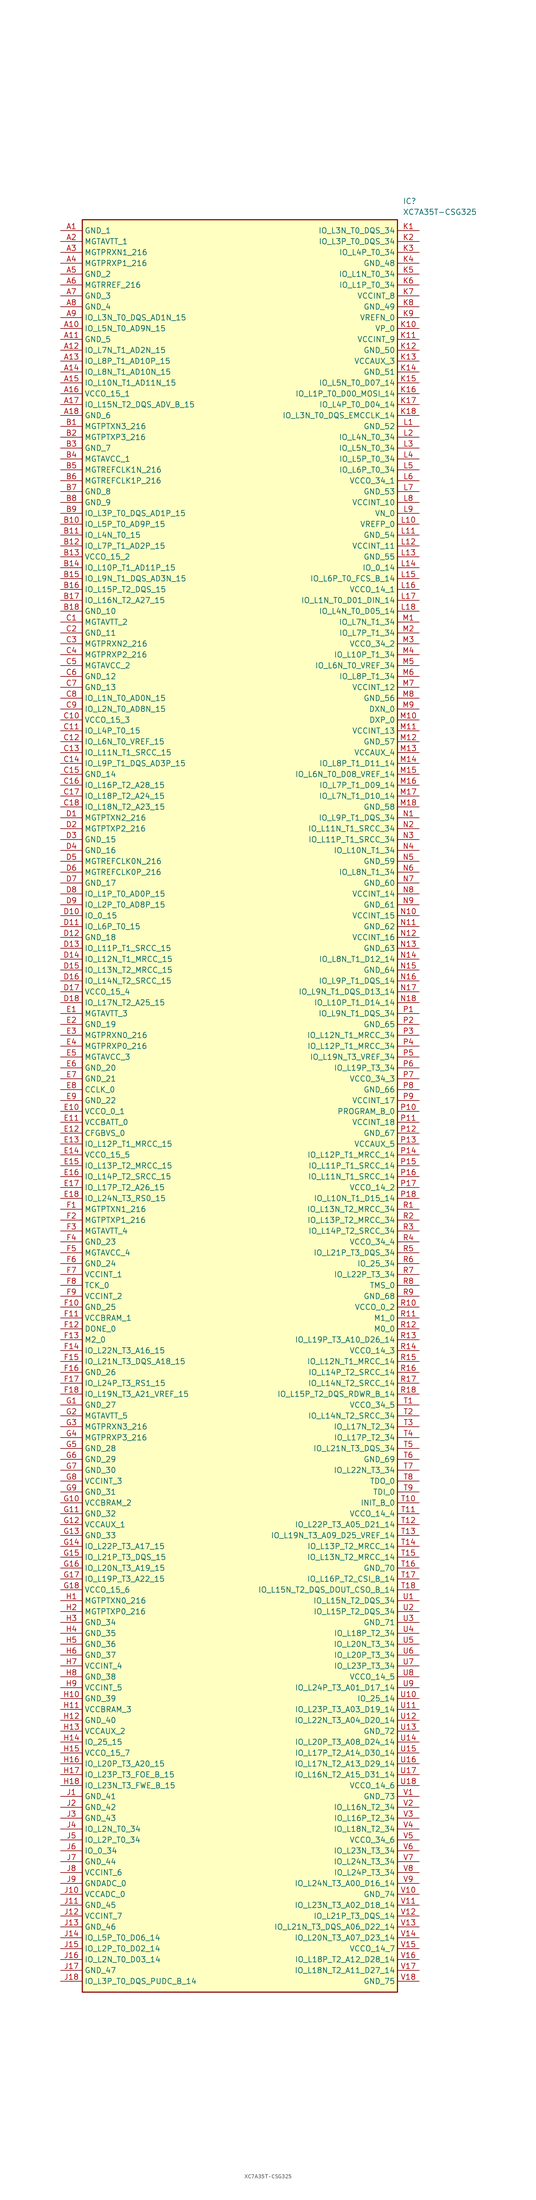
<source format=kicad_sym>
(kicad_symbol_lib
  (version 20211014)
  (generator SamacSys_ECAD_Model)
  (symbol "XC7A35T-CSG325"
    (property "Reference" "IC"
      (at 80.01 7.62 0)
      (effects (font (size 1.27 1.27)) (justify left top)))
    (property "Value" "XC7A35T-CSG325"
      (at 80.01 5.08 0)
      (effects (font (size 1.27 1.27)) (justify left top)))
    (rectangle
      (start 5.08 2.54)
      (end 78.74 -411.48)
      (stroke (width 0.254) (type default))
      (fill (type background)))
    (pin passive line
      (at 0 0 0)
      (length 5.08)
      (name "GND_1" (effects (font (size 1.27 1.27))))
      (number "A1" (effects (font (size 1.27 1.27)))))
    (pin passive line
      (at 0 -2.54 0)
      (length 5.08)
      (name "MGTAVTT_1" (effects (font (size 1.27 1.27))))
      (number "A2" (effects (font (size 1.27 1.27)))))
    (pin passive line
      (at 0 -5.08 0)
      (length 5.08)
      (name "MGTPRXN1_216" (effects (font (size 1.27 1.27))))
      (number "A3" (effects (font (size 1.27 1.27)))))
    (pin passive line
      (at 0 -7.62 0)
      (length 5.08)
      (name "MGTPRXP1_216" (effects (font (size 1.27 1.27))))
      (number "A4" (effects (font (size 1.27 1.27)))))
    (pin passive line
      (at 0 -10.16 0)
      (length 5.08)
      (name "GND_2" (effects (font (size 1.27 1.27))))
      (number "A5" (effects (font (size 1.27 1.27)))))
    (pin passive line
      (at 0 -12.7 0)
      (length 5.08)
      (name "MGTRREF_216" (effects (font (size 1.27 1.27))))
      (number "A6" (effects (font (size 1.27 1.27)))))
    (pin passive line
      (at 0 -15.24 0)
      (length 5.08)
      (name "GND_3" (effects (font (size 1.27 1.27))))
      (number "A7" (effects (font (size 1.27 1.27)))))
    (pin passive line
      (at 0 -17.78 0)
      (length 5.08)
      (name "GND_4" (effects (font (size 1.27 1.27))))
      (number "A8" (effects (font (size 1.27 1.27)))))
    (pin passive line
      (at 0 -20.32 0)
      (length 5.08)
      (name "IO_L3N_T0_DQS_AD1N_15" (effects (font (size 1.27 1.27))))
      (number "A9" (effects (font (size 1.27 1.27)))))
    (pin passive line
      (at 0 -22.86 0)
      (length 5.08)
      (name "IO_L5N_T0_AD9N_15" (effects (font (size 1.27 1.27))))
      (number "A10" (effects (font (size 1.27 1.27)))))
    (pin passive line
      (at 0 -25.4 0)
      (length 5.08)
      (name "GND_5" (effects (font (size 1.27 1.27))))
      (number "A11" (effects (font (size 1.27 1.27)))))
    (pin passive line
      (at 0 -27.94 0)
      (length 5.08)
      (name "IO_L7N_T1_AD2N_15" (effects (font (size 1.27 1.27))))
      (number "A12" (effects (font (size 1.27 1.27)))))
    (pin passive line
      (at 0 -30.48 0)
      (length 5.08)
      (name "IO_L8P_T1_AD10P_15" (effects (font (size 1.27 1.27))))
      (number "A13" (effects (font (size 1.27 1.27)))))
    (pin passive line
      (at 0 -33.02 0)
      (length 5.08)
      (name "IO_L8N_T1_AD10N_15" (effects (font (size 1.27 1.27))))
      (number "A14" (effects (font (size 1.27 1.27)))))
    (pin passive line
      (at 0 -35.56 0)
      (length 5.08)
      (name "IO_L10N_T1_AD11N_15" (effects (font (size 1.27 1.27))))
      (number "A15" (effects (font (size 1.27 1.27)))))
    (pin passive line
      (at 0 -38.1 0)
      (length 5.08)
      (name "VCCO_15_1" (effects (font (size 1.27 1.27))))
      (number "A16" (effects (font (size 1.27 1.27)))))
    (pin passive line
      (at 0 -40.64 0)
      (length 5.08)
      (name "IO_L15N_T2_DQS_ADV_B_15" (effects (font (size 1.27 1.27))))
      (number "A17" (effects (font (size 1.27 1.27)))))
    (pin passive line
      (at 0 -43.18 0)
      (length 5.08)
      (name "GND_6" (effects (font (size 1.27 1.27))))
      (number "A18" (effects (font (size 1.27 1.27)))))
    (pin passive line
      (at 0 -45.72 0)
      (length 5.08)
      (name "MGTPTXN3_216" (effects (font (size 1.27 1.27))))
      (number "B1" (effects (font (size 1.27 1.27)))))
    (pin passive line
      (at 0 -48.26 0)
      (length 5.08)
      (name "MGTPTXP3_216" (effects (font (size 1.27 1.27))))
      (number "B2" (effects (font (size 1.27 1.27)))))
    (pin passive line
      (at 0 -50.8 0)
      (length 5.08)
      (name "GND_7" (effects (font (size 1.27 1.27))))
      (number "B3" (effects (font (size 1.27 1.27)))))
    (pin passive line
      (at 0 -53.34 0)
      (length 5.08)
      (name "MGTAVCC_1" (effects (font (size 1.27 1.27))))
      (number "B4" (effects (font (size 1.27 1.27)))))
    (pin passive line
      (at 0 -55.88 0)
      (length 5.08)
      (name "MGTREFCLK1N_216" (effects (font (size 1.27 1.27))))
      (number "B5" (effects (font (size 1.27 1.27)))))
    (pin passive line
      (at 0 -58.42 0)
      (length 5.08)
      (name "MGTREFCLK1P_216" (effects (font (size 1.27 1.27))))
      (number "B6" (effects (font (size 1.27 1.27)))))
    (pin passive line
      (at 0 -60.96 0)
      (length 5.08)
      (name "GND_8" (effects (font (size 1.27 1.27))))
      (number "B7" (effects (font (size 1.27 1.27)))))
    (pin passive line
      (at 0 -63.5 0)
      (length 5.08)
      (name "GND_9" (effects (font (size 1.27 1.27))))
      (number "B8" (effects (font (size 1.27 1.27)))))
    (pin passive line
      (at 0 -66.04 0)
      (length 5.08)
      (name "IO_L3P_T0_DQS_AD1P_15" (effects (font (size 1.27 1.27))))
      (number "B9" (effects (font (size 1.27 1.27)))))
    (pin passive line
      (at 0 -68.58 0)
      (length 5.08)
      (name "IO_L5P_T0_AD9P_15" (effects (font (size 1.27 1.27))))
      (number "B10" (effects (font (size 1.27 1.27)))))
    (pin passive line
      (at 0 -71.12 0)
      (length 5.08)
      (name "IO_L4N_T0_15" (effects (font (size 1.27 1.27))))
      (number "B11" (effects (font (size 1.27 1.27)))))
    (pin passive line
      (at 0 -73.66 0)
      (length 5.08)
      (name "IO_L7P_T1_AD2P_15" (effects (font (size 1.27 1.27))))
      (number "B12" (effects (font (size 1.27 1.27)))))
    (pin passive line
      (at 0 -76.2 0)
      (length 5.08)
      (name "VCCO_15_2" (effects (font (size 1.27 1.27))))
      (number "B13" (effects (font (size 1.27 1.27)))))
    (pin passive line
      (at 0 -78.74 0)
      (length 5.08)
      (name "IO_L10P_T1_AD11P_15" (effects (font (size 1.27 1.27))))
      (number "B14" (effects (font (size 1.27 1.27)))))
    (pin passive line
      (at 0 -81.28 0)
      (length 5.08)
      (name "IO_L9N_T1_DQS_AD3N_15" (effects (font (size 1.27 1.27))))
      (number "B15" (effects (font (size 1.27 1.27)))))
    (pin passive line
      (at 0 -83.82 0)
      (length 5.08)
      (name "IO_L15P_T2_DQS_15" (effects (font (size 1.27 1.27))))
      (number "B16" (effects (font (size 1.27 1.27)))))
    (pin passive line
      (at 0 -86.36 0)
      (length 5.08)
      (name "IO_L16N_T2_A27_15" (effects (font (size 1.27 1.27))))
      (number "B17" (effects (font (size 1.27 1.27)))))
    (pin passive line
      (at 0 -88.9 0)
      (length 5.08)
      (name "GND_10" (effects (font (size 1.27 1.27))))
      (number "B18" (effects (font (size 1.27 1.27)))))
    (pin passive line
      (at 0 -91.44 0)
      (length 5.08)
      (name "MGTAVTT_2" (effects (font (size 1.27 1.27))))
      (number "C1" (effects (font (size 1.27 1.27)))))
    (pin passive line
      (at 0 -93.98 0)
      (length 5.08)
      (name "GND_11" (effects (font (size 1.27 1.27))))
      (number "C2" (effects (font (size 1.27 1.27)))))
    (pin passive line
      (at 0 -96.52 0)
      (length 5.08)
      (name "MGTPRXN2_216" (effects (font (size 1.27 1.27))))
      (number "C3" (effects (font (size 1.27 1.27)))))
    (pin passive line
      (at 0 -99.06 0)
      (length 5.08)
      (name "MGTPRXP2_216" (effects (font (size 1.27 1.27))))
      (number "C4" (effects (font (size 1.27 1.27)))))
    (pin passive line
      (at 0 -101.6 0)
      (length 5.08)
      (name "MGTAVCC_2" (effects (font (size 1.27 1.27))))
      (number "C5" (effects (font (size 1.27 1.27)))))
    (pin passive line
      (at 0 -104.14 0)
      (length 5.08)
      (name "GND_12" (effects (font (size 1.27 1.27))))
      (number "C6" (effects (font (size 1.27 1.27)))))
    (pin passive line
      (at 0 -106.68 0)
      (length 5.08)
      (name "GND_13" (effects (font (size 1.27 1.27))))
      (number "C7" (effects (font (size 1.27 1.27)))))
    (pin passive line
      (at 0 -109.22 0)
      (length 5.08)
      (name "IO_L1N_T0_AD0N_15" (effects (font (size 1.27 1.27))))
      (number "C8" (effects (font (size 1.27 1.27)))))
    (pin passive line
      (at 0 -111.76 0)
      (length 5.08)
      (name "IO_L2N_T0_AD8N_15" (effects (font (size 1.27 1.27))))
      (number "C9" (effects (font (size 1.27 1.27)))))
    (pin passive line
      (at 0 -114.3 0)
      (length 5.08)
      (name "VCCO_15_3" (effects (font (size 1.27 1.27))))
      (number "C10" (effects (font (size 1.27 1.27)))))
    (pin passive line
      (at 0 -116.84 0)
      (length 5.08)
      (name "IO_L4P_T0_15" (effects (font (size 1.27 1.27))))
      (number "C11" (effects (font (size 1.27 1.27)))))
    (pin passive line
      (at 0 -119.38 0)
      (length 5.08)
      (name "IO_L6N_T0_VREF_15" (effects (font (size 1.27 1.27))))
      (number "C12" (effects (font (size 1.27 1.27)))))
    (pin passive line
      (at 0 -121.92 0)
      (length 5.08)
      (name "IO_L11N_T1_SRCC_15" (effects (font (size 1.27 1.27))))
      (number "C13" (effects (font (size 1.27 1.27)))))
    (pin passive line
      (at 0 -124.46 0)
      (length 5.08)
      (name "IO_L9P_T1_DQS_AD3P_15" (effects (font (size 1.27 1.27))))
      (number "C14" (effects (font (size 1.27 1.27)))))
    (pin passive line
      (at 0 -127 0)
      (length 5.08)
      (name "GND_14" (effects (font (size 1.27 1.27))))
      (number "C15" (effects (font (size 1.27 1.27)))))
    (pin passive line
      (at 0 -129.54 0)
      (length 5.08)
      (name "IO_L16P_T2_A28_15" (effects (font (size 1.27 1.27))))
      (number "C16" (effects (font (size 1.27 1.27)))))
    (pin passive line
      (at 0 -132.08 0)
      (length 5.08)
      (name "IO_L18P_T2_A24_15" (effects (font (size 1.27 1.27))))
      (number "C17" (effects (font (size 1.27 1.27)))))
    (pin passive line
      (at 0 -134.62 0)
      (length 5.08)
      (name "IO_L18N_T2_A23_15" (effects (font (size 1.27 1.27))))
      (number "C18" (effects (font (size 1.27 1.27)))))
    (pin passive line
      (at 0 -137.16 0)
      (length 5.08)
      (name "MGTPTXN2_216" (effects (font (size 1.27 1.27))))
      (number "D1" (effects (font (size 1.27 1.27)))))
    (pin passive line
      (at 0 -139.7 0)
      (length 5.08)
      (name "MGTPTXP2_216" (effects (font (size 1.27 1.27))))
      (number "D2" (effects (font (size 1.27 1.27)))))
    (pin passive line
      (at 0 -142.24 0)
      (length 5.08)
      (name "GND_15" (effects (font (size 1.27 1.27))))
      (number "D3" (effects (font (size 1.27 1.27)))))
    (pin passive line
      (at 0 -144.78 0)
      (length 5.08)
      (name "GND_16" (effects (font (size 1.27 1.27))))
      (number "D4" (effects (font (size 1.27 1.27)))))
    (pin passive line
      (at 0 -147.32 0)
      (length 5.08)
      (name "MGTREFCLK0N_216" (effects (font (size 1.27 1.27))))
      (number "D5" (effects (font (size 1.27 1.27)))))
    (pin passive line
      (at 0 -149.86 0)
      (length 5.08)
      (name "MGTREFCLK0P_216" (effects (font (size 1.27 1.27))))
      (number "D6" (effects (font (size 1.27 1.27)))))
    (pin passive line
      (at 0 -152.4 0)
      (length 5.08)
      (name "GND_17" (effects (font (size 1.27 1.27))))
      (number "D7" (effects (font (size 1.27 1.27)))))
    (pin passive line
      (at 0 -154.94 0)
      (length 5.08)
      (name "IO_L1P_T0_AD0P_15" (effects (font (size 1.27 1.27))))
      (number "D8" (effects (font (size 1.27 1.27)))))
    (pin passive line
      (at 0 -157.48 0)
      (length 5.08)
      (name "IO_L2P_T0_AD8P_15" (effects (font (size 1.27 1.27))))
      (number "D9" (effects (font (size 1.27 1.27)))))
    (pin passive line
      (at 0 -160.02 0)
      (length 5.08)
      (name "IO_0_15" (effects (font (size 1.27 1.27))))
      (number "D10" (effects (font (size 1.27 1.27)))))
    (pin passive line
      (at 0 -162.56 0)
      (length 5.08)
      (name "IO_L6P_T0_15" (effects (font (size 1.27 1.27))))
      (number "D11" (effects (font (size 1.27 1.27)))))
    (pin passive line
      (at 0 -165.1 0)
      (length 5.08)
      (name "GND_18" (effects (font (size 1.27 1.27))))
      (number "D12" (effects (font (size 1.27 1.27)))))
    (pin passive line
      (at 0 -167.64 0)
      (length 5.08)
      (name "IO_L11P_T1_SRCC_15" (effects (font (size 1.27 1.27))))
      (number "D13" (effects (font (size 1.27 1.27)))))
    (pin passive line
      (at 0 -170.18 0)
      (length 5.08)
      (name "IO_L12N_T1_MRCC_15" (effects (font (size 1.27 1.27))))
      (number "D14" (effects (font (size 1.27 1.27)))))
    (pin passive line
      (at 0 -172.72 0)
      (length 5.08)
      (name "IO_L13N_T2_MRCC_15" (effects (font (size 1.27 1.27))))
      (number "D15" (effects (font (size 1.27 1.27)))))
    (pin passive line
      (at 0 -175.26 0)
      (length 5.08)
      (name "IO_L14N_T2_SRCC_15" (effects (font (size 1.27 1.27))))
      (number "D16" (effects (font (size 1.27 1.27)))))
    (pin passive line
      (at 0 -177.8 0)
      (length 5.08)
      (name "VCCO_15_4" (effects (font (size 1.27 1.27))))
      (number "D17" (effects (font (size 1.27 1.27)))))
    (pin passive line
      (at 0 -180.34 0)
      (length 5.08)
      (name "IO_L17N_T2_A25_15" (effects (font (size 1.27 1.27))))
      (number "D18" (effects (font (size 1.27 1.27)))))
    (pin passive line
      (at 0 -182.88 0)
      (length 5.08)
      (name "MGTAVTT_3" (effects (font (size 1.27 1.27))))
      (number "E1" (effects (font (size 1.27 1.27)))))
    (pin passive line
      (at 0 -185.42 0)
      (length 5.08)
      (name "GND_19" (effects (font (size 1.27 1.27))))
      (number "E2" (effects (font (size 1.27 1.27)))))
    (pin passive line
      (at 0 -187.96 0)
      (length 5.08)
      (name "MGTPRXN0_216" (effects (font (size 1.27 1.27))))
      (number "E3" (effects (font (size 1.27 1.27)))))
    (pin passive line
      (at 0 -190.5 0)
      (length 5.08)
      (name "MGTPRXP0_216" (effects (font (size 1.27 1.27))))
      (number "E4" (effects (font (size 1.27 1.27)))))
    (pin passive line
      (at 0 -193.04 0)
      (length 5.08)
      (name "MGTAVCC_3" (effects (font (size 1.27 1.27))))
      (number "E5" (effects (font (size 1.27 1.27)))))
    (pin passive line
      (at 0 -195.58 0)
      (length 5.08)
      (name "GND_20" (effects (font (size 1.27 1.27))))
      (number "E6" (effects (font (size 1.27 1.27)))))
    (pin passive line
      (at 0 -198.12 0)
      (length 5.08)
      (name "GND_21" (effects (font (size 1.27 1.27))))
      (number "E7" (effects (font (size 1.27 1.27)))))
    (pin passive line
      (at 0 -200.66 0)
      (length 5.08)
      (name "CCLK_0" (effects (font (size 1.27 1.27))))
      (number "E8" (effects (font (size 1.27 1.27)))))
    (pin passive line
      (at 0 -203.2 0)
      (length 5.08)
      (name "GND_22" (effects (font (size 1.27 1.27))))
      (number "E9" (effects (font (size 1.27 1.27)))))
    (pin passive line
      (at 0 -205.74 0)
      (length 5.08)
      (name "VCCO_0_1" (effects (font (size 1.27 1.27))))
      (number "E10" (effects (font (size 1.27 1.27)))))
    (pin passive line
      (at 0 -208.28 0)
      (length 5.08)
      (name "VCCBATT_0" (effects (font (size 1.27 1.27))))
      (number "E11" (effects (font (size 1.27 1.27)))))
    (pin passive line
      (at 0 -210.82 0)
      (length 5.08)
      (name "CFGBVS_0" (effects (font (size 1.27 1.27))))
      (number "E12" (effects (font (size 1.27 1.27)))))
    (pin passive line
      (at 0 -213.36 0)
      (length 5.08)
      (name "IO_L12P_T1_MRCC_15" (effects (font (size 1.27 1.27))))
      (number "E13" (effects (font (size 1.27 1.27)))))
    (pin passive line
      (at 0 -215.9 0)
      (length 5.08)
      (name "VCCO_15_5" (effects (font (size 1.27 1.27))))
      (number "E14" (effects (font (size 1.27 1.27)))))
    (pin passive line
      (at 0 -218.44 0)
      (length 5.08)
      (name "IO_L13P_T2_MRCC_15" (effects (font (size 1.27 1.27))))
      (number "E15" (effects (font (size 1.27 1.27)))))
    (pin passive line
      (at 0 -220.98 0)
      (length 5.08)
      (name "IO_L14P_T2_SRCC_15" (effects (font (size 1.27 1.27))))
      (number "E16" (effects (font (size 1.27 1.27)))))
    (pin passive line
      (at 0 -223.52 0)
      (length 5.08)
      (name "IO_L17P_T2_A26_15" (effects (font (size 1.27 1.27))))
      (number "E17" (effects (font (size 1.27 1.27)))))
    (pin passive line
      (at 0 -226.06 0)
      (length 5.08)
      (name "IO_L24N_T3_RS0_15" (effects (font (size 1.27 1.27))))
      (number "E18" (effects (font (size 1.27 1.27)))))
    (pin passive line
      (at 0 -228.6 0)
      (length 5.08)
      (name "MGTPTXN1_216" (effects (font (size 1.27 1.27))))
      (number "F1" (effects (font (size 1.27 1.27)))))
    (pin passive line
      (at 0 -231.14 0)
      (length 5.08)
      (name "MGTPTXP1_216" (effects (font (size 1.27 1.27))))
      (number "F2" (effects (font (size 1.27 1.27)))))
    (pin passive line
      (at 0 -233.68 0)
      (length 5.08)
      (name "MGTAVTT_4" (effects (font (size 1.27 1.27))))
      (number "F3" (effects (font (size 1.27 1.27)))))
    (pin passive line
      (at 0 -236.22 0)
      (length 5.08)
      (name "GND_23" (effects (font (size 1.27 1.27))))
      (number "F4" (effects (font (size 1.27 1.27)))))
    (pin passive line
      (at 0 -238.76 0)
      (length 5.08)
      (name "MGTAVCC_4" (effects (font (size 1.27 1.27))))
      (number "F5" (effects (font (size 1.27 1.27)))))
    (pin passive line
      (at 0 -241.3 0)
      (length 5.08)
      (name "GND_24" (effects (font (size 1.27 1.27))))
      (number "F6" (effects (font (size 1.27 1.27)))))
    (pin passive line
      (at 0 -243.84 0)
      (length 5.08)
      (name "VCCINT_1" (effects (font (size 1.27 1.27))))
      (number "F7" (effects (font (size 1.27 1.27)))))
    (pin passive line
      (at 0 -246.38 0)
      (length 5.08)
      (name "TCK_0" (effects (font (size 1.27 1.27))))
      (number "F8" (effects (font (size 1.27 1.27)))))
    (pin passive line
      (at 0 -248.92 0)
      (length 5.08)
      (name "VCCINT_2" (effects (font (size 1.27 1.27))))
      (number "F9" (effects (font (size 1.27 1.27)))))
    (pin passive line
      (at 0 -251.46 0)
      (length 5.08)
      (name "GND_25" (effects (font (size 1.27 1.27))))
      (number "F10" (effects (font (size 1.27 1.27)))))
    (pin passive line
      (at 0 -254 0)
      (length 5.08)
      (name "VCCBRAM_1" (effects (font (size 1.27 1.27))))
      (number "F11" (effects (font (size 1.27 1.27)))))
    (pin passive line
      (at 0 -256.54 0)
      (length 5.08)
      (name "DONE_0" (effects (font (size 1.27 1.27))))
      (number "F12" (effects (font (size 1.27 1.27)))))
    (pin passive line
      (at 0 -259.08 0)
      (length 5.08)
      (name "M2_0" (effects (font (size 1.27 1.27))))
      (number "F13" (effects (font (size 1.27 1.27)))))
    (pin passive line
      (at 0 -261.62 0)
      (length 5.08)
      (name "IO_L22N_T3_A16_15" (effects (font (size 1.27 1.27))))
      (number "F14" (effects (font (size 1.27 1.27)))))
    (pin passive line
      (at 0 -264.16 0)
      (length 5.08)
      (name "IO_L21N_T3_DQS_A18_15" (effects (font (size 1.27 1.27))))
      (number "F15" (effects (font (size 1.27 1.27)))))
    (pin passive line
      (at 0 -266.7 0)
      (length 5.08)
      (name "GND_26" (effects (font (size 1.27 1.27))))
      (number "F16" (effects (font (size 1.27 1.27)))))
    (pin passive line
      (at 0 -269.24 0)
      (length 5.08)
      (name "IO_L24P_T3_RS1_15" (effects (font (size 1.27 1.27))))
      (number "F17" (effects (font (size 1.27 1.27)))))
    (pin passive line
      (at 0 -271.78 0)
      (length 5.08)
      (name "IO_L19N_T3_A21_VREF_15" (effects (font (size 1.27 1.27))))
      (number "F18" (effects (font (size 1.27 1.27)))))
    (pin passive line
      (at 0 -274.32 0)
      (length 5.08)
      (name "GND_27" (effects (font (size 1.27 1.27))))
      (number "G1" (effects (font (size 1.27 1.27)))))
    (pin passive line
      (at 0 -276.86 0)
      (length 5.08)
      (name "MGTAVTT_5" (effects (font (size 1.27 1.27))))
      (number "G2" (effects (font (size 1.27 1.27)))))
    (pin passive line
      (at 0 -279.4 0)
      (length 5.08)
      (name "MGTPRXN3_216" (effects (font (size 1.27 1.27))))
      (number "G3" (effects (font (size 1.27 1.27)))))
    (pin passive line
      (at 0 -281.94 0)
      (length 5.08)
      (name "MGTPRXP3_216" (effects (font (size 1.27 1.27))))
      (number "G4" (effects (font (size 1.27 1.27)))))
    (pin passive line
      (at 0 -284.48 0)
      (length 5.08)
      (name "GND_28" (effects (font (size 1.27 1.27))))
      (number "G5" (effects (font (size 1.27 1.27)))))
    (pin passive line
      (at 0 -287.02 0)
      (length 5.08)
      (name "GND_29" (effects (font (size 1.27 1.27))))
      (number "G6" (effects (font (size 1.27 1.27)))))
    (pin passive line
      (at 0 -289.56 0)
      (length 5.08)
      (name "GND_30" (effects (font (size 1.27 1.27))))
      (number "G7" (effects (font (size 1.27 1.27)))))
    (pin passive line
      (at 0 -292.1 0)
      (length 5.08)
      (name "VCCINT_3" (effects (font (size 1.27 1.27))))
      (number "G8" (effects (font (size 1.27 1.27)))))
    (pin passive line
      (at 0 -294.64 0)
      (length 5.08)
      (name "GND_31" (effects (font (size 1.27 1.27))))
      (number "G9" (effects (font (size 1.27 1.27)))))
    (pin passive line
      (at 0 -297.18 0)
      (length 5.08)
      (name "VCCBRAM_2" (effects (font (size 1.27 1.27))))
      (number "G10" (effects (font (size 1.27 1.27)))))
    (pin passive line
      (at 0 -299.72 0)
      (length 5.08)
      (name "GND_32" (effects (font (size 1.27 1.27))))
      (number "G11" (effects (font (size 1.27 1.27)))))
    (pin passive line
      (at 0 -302.26 0)
      (length 5.08)
      (name "VCCAUX_1" (effects (font (size 1.27 1.27))))
      (number "G12" (effects (font (size 1.27 1.27)))))
    (pin passive line
      (at 0 -304.8 0)
      (length 5.08)
      (name "GND_33" (effects (font (size 1.27 1.27))))
      (number "G13" (effects (font (size 1.27 1.27)))))
    (pin passive line
      (at 0 -307.34 0)
      (length 5.08)
      (name "IO_L22P_T3_A17_15" (effects (font (size 1.27 1.27))))
      (number "G14" (effects (font (size 1.27 1.27)))))
    (pin passive line
      (at 0 -309.88 0)
      (length 5.08)
      (name "IO_L21P_T3_DQS_15" (effects (font (size 1.27 1.27))))
      (number "G15" (effects (font (size 1.27 1.27)))))
    (pin passive line
      (at 0 -312.42 0)
      (length 5.08)
      (name "IO_L20N_T3_A19_15" (effects (font (size 1.27 1.27))))
      (number "G16" (effects (font (size 1.27 1.27)))))
    (pin passive line
      (at 0 -314.96 0)
      (length 5.08)
      (name "IO_L19P_T3_A22_15" (effects (font (size 1.27 1.27))))
      (number "G17" (effects (font (size 1.27 1.27)))))
    (pin passive line
      (at 0 -317.5 0)
      (length 5.08)
      (name "VCCO_15_6" (effects (font (size 1.27 1.27))))
      (number "G18" (effects (font (size 1.27 1.27)))))
    (pin passive line
      (at 0 -320.04 0)
      (length 5.08)
      (name "MGTPTXN0_216" (effects (font (size 1.27 1.27))))
      (number "H1" (effects (font (size 1.27 1.27)))))
    (pin passive line
      (at 0 -322.58 0)
      (length 5.08)
      (name "MGTPTXP0_216" (effects (font (size 1.27 1.27))))
      (number "H2" (effects (font (size 1.27 1.27)))))
    (pin passive line
      (at 0 -325.12 0)
      (length 5.08)
      (name "GND_34" (effects (font (size 1.27 1.27))))
      (number "H3" (effects (font (size 1.27 1.27)))))
    (pin passive line
      (at 0 -327.66 0)
      (length 5.08)
      (name "GND_35" (effects (font (size 1.27 1.27))))
      (number "H4" (effects (font (size 1.27 1.27)))))
    (pin passive line
      (at 0 -330.2 0)
      (length 5.08)
      (name "GND_36" (effects (font (size 1.27 1.27))))
      (number "H5" (effects (font (size 1.27 1.27)))))
    (pin passive line
      (at 0 -332.74 0)
      (length 5.08)
      (name "GND_37" (effects (font (size 1.27 1.27))))
      (number "H6" (effects (font (size 1.27 1.27)))))
    (pin passive line
      (at 0 -335.28 0)
      (length 5.08)
      (name "VCCINT_4" (effects (font (size 1.27 1.27))))
      (number "H7" (effects (font (size 1.27 1.27)))))
    (pin passive line
      (at 0 -337.82 0)
      (length 5.08)
      (name "GND_38" (effects (font (size 1.27 1.27))))
      (number "H8" (effects (font (size 1.27 1.27)))))
    (pin passive line
      (at 0 -340.36 0)
      (length 5.08)
      (name "VCCINT_5" (effects (font (size 1.27 1.27))))
      (number "H9" (effects (font (size 1.27 1.27)))))
    (pin passive line
      (at 0 -342.9 0)
      (length 5.08)
      (name "GND_39" (effects (font (size 1.27 1.27))))
      (number "H10" (effects (font (size 1.27 1.27)))))
    (pin passive line
      (at 0 -345.44 0)
      (length 5.08)
      (name "VCCBRAM_3" (effects (font (size 1.27 1.27))))
      (number "H11" (effects (font (size 1.27 1.27)))))
    (pin passive line
      (at 0 -347.98 0)
      (length 5.08)
      (name "GND_40" (effects (font (size 1.27 1.27))))
      (number "H12" (effects (font (size 1.27 1.27)))))
    (pin passive line
      (at 0 -350.52 0)
      (length 5.08)
      (name "VCCAUX_2" (effects (font (size 1.27 1.27))))
      (number "H13" (effects (font (size 1.27 1.27)))))
    (pin passive line
      (at 0 -353.06 0)
      (length 5.08)
      (name "IO_25_15" (effects (font (size 1.27 1.27))))
      (number "H14" (effects (font (size 1.27 1.27)))))
    (pin passive line
      (at 0 -355.6 0)
      (length 5.08)
      (name "VCCO_15_7" (effects (font (size 1.27 1.27))))
      (number "H15" (effects (font (size 1.27 1.27)))))
    (pin passive line
      (at 0 -358.14 0)
      (length 5.08)
      (name "IO_L20P_T3_A20_15" (effects (font (size 1.27 1.27))))
      (number "H16" (effects (font (size 1.27 1.27)))))
    (pin passive line
      (at 0 -360.68 0)
      (length 5.08)
      (name "IO_L23P_T3_FOE_B_15" (effects (font (size 1.27 1.27))))
      (number "H17" (effects (font (size 1.27 1.27)))))
    (pin passive line
      (at 0 -363.22 0)
      (length 5.08)
      (name "IO_L23N_T3_FWE_B_15" (effects (font (size 1.27 1.27))))
      (number "H18" (effects (font (size 1.27 1.27)))))
    (pin passive line
      (at 0 -365.76 0)
      (length 5.08)
      (name "GND_41" (effects (font (size 1.27 1.27))))
      (number "J1" (effects (font (size 1.27 1.27)))))
    (pin passive line
      (at 0 -368.3 0)
      (length 5.08)
      (name "GND_42" (effects (font (size 1.27 1.27))))
      (number "J2" (effects (font (size 1.27 1.27)))))
    (pin passive line
      (at 0 -370.84 0)
      (length 5.08)
      (name "GND_43" (effects (font (size 1.27 1.27))))
      (number "J3" (effects (font (size 1.27 1.27)))))
    (pin passive line
      (at 0 -373.38 0)
      (length 5.08)
      (name "IO_L2N_T0_34" (effects (font (size 1.27 1.27))))
      (number "J4" (effects (font (size 1.27 1.27)))))
    (pin passive line
      (at 0 -375.92 0)
      (length 5.08)
      (name "IO_L2P_T0_34" (effects (font (size 1.27 1.27))))
      (number "J5" (effects (font (size 1.27 1.27)))))
    (pin passive line
      (at 0 -378.46 0)
      (length 5.08)
      (name "IO_0_34" (effects (font (size 1.27 1.27))))
      (number "J6" (effects (font (size 1.27 1.27)))))
    (pin passive line
      (at 0 -381 0)
      (length 5.08)
      (name "GND_44" (effects (font (size 1.27 1.27))))
      (number "J7" (effects (font (size 1.27 1.27)))))
    (pin passive line
      (at 0 -383.54 0)
      (length 5.08)
      (name "VCCINT_6" (effects (font (size 1.27 1.27))))
      (number "J8" (effects (font (size 1.27 1.27)))))
    (pin passive line
      (at 0 -386.08 0)
      (length 5.08)
      (name "GNDADC_0" (effects (font (size 1.27 1.27))))
      (number "J9" (effects (font (size 1.27 1.27)))))
    (pin passive line
      (at 0 -388.62 0)
      (length 5.08)
      (name "VCCADC_0" (effects (font (size 1.27 1.27))))
      (number "J10" (effects (font (size 1.27 1.27)))))
    (pin passive line
      (at 0 -391.16 0)
      (length 5.08)
      (name "GND_45" (effects (font (size 1.27 1.27))))
      (number "J11" (effects (font (size 1.27 1.27)))))
    (pin passive line
      (at 0 -393.7 0)
      (length 5.08)
      (name "VCCINT_7" (effects (font (size 1.27 1.27))))
      (number "J12" (effects (font (size 1.27 1.27)))))
    (pin passive line
      (at 0 -396.24 0)
      (length 5.08)
      (name "GND_46" (effects (font (size 1.27 1.27))))
      (number "J13" (effects (font (size 1.27 1.27)))))
    (pin passive line
      (at 0 -398.78 0)
      (length 5.08)
      (name "IO_L5P_T0_D06_14" (effects (font (size 1.27 1.27))))
      (number "J14" (effects (font (size 1.27 1.27)))))
    (pin passive line
      (at 0 -401.32 0)
      (length 5.08)
      (name "IO_L2P_T0_D02_14" (effects (font (size 1.27 1.27))))
      (number "J15" (effects (font (size 1.27 1.27)))))
    (pin passive line
      (at 0 -403.86 0)
      (length 5.08)
      (name "IO_L2N_T0_D03_14" (effects (font (size 1.27 1.27))))
      (number "J16" (effects (font (size 1.27 1.27)))))
    (pin passive line
      (at 0 -406.4 0)
      (length 5.08)
      (name "GND_47" (effects (font (size 1.27 1.27))))
      (number "J17" (effects (font (size 1.27 1.27)))))
    (pin passive line
      (at 0 -408.94 0)
      (length 5.08)
      (name "IO_L3P_T0_DQS_PUDC_B_14" (effects (font (size 1.27 1.27))))
      (number "J18" (effects (font (size 1.27 1.27)))))
    (pin passive line
      (at 83.82 0 180)
      (length 5.08)
      (name "IO_L3N_T0_DQS_34" (effects (font (size 1.27 1.27))))
      (number "K1" (effects (font (size 1.27 1.27)))))
    (pin passive line
      (at 83.82 -2.54 180)
      (length 5.08)
      (name "IO_L3P_T0_DQS_34" (effects (font (size 1.27 1.27))))
      (number "K2" (effects (font (size 1.27 1.27)))))
    (pin passive line
      (at 83.82 -5.08 180)
      (length 5.08)
      (name "IO_L4P_T0_34" (effects (font (size 1.27 1.27))))
      (number "K3" (effects (font (size 1.27 1.27)))))
    (pin passive line
      (at 83.82 -7.62 180)
      (length 5.08)
      (name "GND_48" (effects (font (size 1.27 1.27))))
      (number "K4" (effects (font (size 1.27 1.27)))))
    (pin passive line
      (at 83.82 -10.16 180)
      (length 5.08)
      (name "IO_L1N_T0_34" (effects (font (size 1.27 1.27))))
      (number "K5" (effects (font (size 1.27 1.27)))))
    (pin passive line
      (at 83.82 -12.7 180)
      (length 5.08)
      (name "IO_L1P_T0_34" (effects (font (size 1.27 1.27))))
      (number "K6" (effects (font (size 1.27 1.27)))))
    (pin passive line
      (at 83.82 -15.24 180)
      (length 5.08)
      (name "VCCINT_8" (effects (font (size 1.27 1.27))))
      (number "K7" (effects (font (size 1.27 1.27)))))
    (pin passive line
      (at 83.82 -17.78 180)
      (length 5.08)
      (name "GND_49" (effects (font (size 1.27 1.27))))
      (number "K8" (effects (font (size 1.27 1.27)))))
    (pin passive line
      (at 83.82 -20.32 180)
      (length 5.08)
      (name "VREFN_0" (effects (font (size 1.27 1.27))))
      (number "K9" (effects (font (size 1.27 1.27)))))
    (pin passive line
      (at 83.82 -22.86 180)
      (length 5.08)
      (name "VP_0" (effects (font (size 1.27 1.27))))
      (number "K10" (effects (font (size 1.27 1.27)))))
    (pin passive line
      (at 83.82 -25.4 180)
      (length 5.08)
      (name "VCCINT_9" (effects (font (size 1.27 1.27))))
      (number "K11" (effects (font (size 1.27 1.27)))))
    (pin passive line
      (at 83.82 -27.94 180)
      (length 5.08)
      (name "GND_50" (effects (font (size 1.27 1.27))))
      (number "K12" (effects (font (size 1.27 1.27)))))
    (pin passive line
      (at 83.82 -30.48 180)
      (length 5.08)
      (name "VCCAUX_3" (effects (font (size 1.27 1.27))))
      (number "K13" (effects (font (size 1.27 1.27)))))
    (pin passive line
      (at 83.82 -33.02 180)
      (length 5.08)
      (name "GND_51" (effects (font (size 1.27 1.27))))
      (number "K14" (effects (font (size 1.27 1.27)))))
    (pin passive line
      (at 83.82 -35.56 180)
      (length 5.08)
      (name "IO_L5N_T0_D07_14" (effects (font (size 1.27 1.27))))
      (number "K15" (effects (font (size 1.27 1.27)))))
    (pin passive line
      (at 83.82 -38.1 180)
      (length 5.08)
      (name "IO_L1P_T0_D00_MOSI_14" (effects (font (size 1.27 1.27))))
      (number "K16" (effects (font (size 1.27 1.27)))))
    (pin passive line
      (at 83.82 -40.64 180)
      (length 5.08)
      (name "IO_L4P_T0_D04_14" (effects (font (size 1.27 1.27))))
      (number "K17" (effects (font (size 1.27 1.27)))))
    (pin passive line
      (at 83.82 -43.18 180)
      (length 5.08)
      (name "IO_L3N_T0_DQS_EMCCLK_14" (effects (font (size 1.27 1.27))))
      (number "K18" (effects (font (size 1.27 1.27)))))
    (pin passive line
      (at 83.82 -45.72 180)
      (length 5.08)
      (name "GND_52" (effects (font (size 1.27 1.27))))
      (number "L1" (effects (font (size 1.27 1.27)))))
    (pin passive line
      (at 83.82 -48.26 180)
      (length 5.08)
      (name "IO_L4N_T0_34" (effects (font (size 1.27 1.27))))
      (number "L2" (effects (font (size 1.27 1.27)))))
    (pin passive line
      (at 83.82 -50.8 180)
      (length 5.08)
      (name "IO_L5N_T0_34" (effects (font (size 1.27 1.27))))
      (number "L3" (effects (font (size 1.27 1.27)))))
    (pin passive line
      (at 83.82 -53.34 180)
      (length 5.08)
      (name "IO_L5P_T0_34" (effects (font (size 1.27 1.27))))
      (number "L4" (effects (font (size 1.27 1.27)))))
    (pin passive line
      (at 83.82 -55.88 180)
      (length 5.08)
      (name "IO_L6P_T0_34" (effects (font (size 1.27 1.27))))
      (number "L5" (effects (font (size 1.27 1.27)))))
    (pin passive line
      (at 83.82 -58.42 180)
      (length 5.08)
      (name "VCCO_34_1" (effects (font (size 1.27 1.27))))
      (number "L6" (effects (font (size 1.27 1.27)))))
    (pin passive line
      (at 83.82 -60.96 180)
      (length 5.08)
      (name "GND_53" (effects (font (size 1.27 1.27))))
      (number "L7" (effects (font (size 1.27 1.27)))))
    (pin passive line
      (at 83.82 -63.5 180)
      (length 5.08)
      (name "VCCINT_10" (effects (font (size 1.27 1.27))))
      (number "L8" (effects (font (size 1.27 1.27)))))
    (pin passive line
      (at 83.82 -66.04 180)
      (length 5.08)
      (name "VN_0" (effects (font (size 1.27 1.27))))
      (number "L9" (effects (font (size 1.27 1.27)))))
    (pin passive line
      (at 83.82 -68.58 180)
      (length 5.08)
      (name "VREFP_0" (effects (font (size 1.27 1.27))))
      (number "L10" (effects (font (size 1.27 1.27)))))
    (pin passive line
      (at 83.82 -71.12 180)
      (length 5.08)
      (name "GND_54" (effects (font (size 1.27 1.27))))
      (number "L11" (effects (font (size 1.27 1.27)))))
    (pin passive line
      (at 83.82 -73.66 180)
      (length 5.08)
      (name "VCCINT_11" (effects (font (size 1.27 1.27))))
      (number "L12" (effects (font (size 1.27 1.27)))))
    (pin passive line
      (at 83.82 -76.2 180)
      (length 5.08)
      (name "GND_55" (effects (font (size 1.27 1.27))))
      (number "L13" (effects (font (size 1.27 1.27)))))
    (pin passive line
      (at 83.82 -78.74 180)
      (length 5.08)
      (name "IO_0_14" (effects (font (size 1.27 1.27))))
      (number "L14" (effects (font (size 1.27 1.27)))))
    (pin passive line
      (at 83.82 -81.28 180)
      (length 5.08)
      (name "IO_L6P_T0_FCS_B_14" (effects (font (size 1.27 1.27))))
      (number "L15" (effects (font (size 1.27 1.27)))))
    (pin passive line
      (at 83.82 -83.82 180)
      (length 5.08)
      (name "VCCO_14_1" (effects (font (size 1.27 1.27))))
      (number "L16" (effects (font (size 1.27 1.27)))))
    (pin passive line
      (at 83.82 -86.36 180)
      (length 5.08)
      (name "IO_L1N_T0_D01_DIN_14" (effects (font (size 1.27 1.27))))
      (number "L17" (effects (font (size 1.27 1.27)))))
    (pin passive line
      (at 83.82 -88.9 180)
      (length 5.08)
      (name "IO_L4N_T0_D05_14" (effects (font (size 1.27 1.27))))
      (number "L18" (effects (font (size 1.27 1.27)))))
    (pin passive line
      (at 83.82 -91.44 180)
      (length 5.08)
      (name "IO_L7N_T1_34" (effects (font (size 1.27 1.27))))
      (number "M1" (effects (font (size 1.27 1.27)))))
    (pin passive line
      (at 83.82 -93.98 180)
      (length 5.08)
      (name "IO_L7P_T1_34" (effects (font (size 1.27 1.27))))
      (number "M2" (effects (font (size 1.27 1.27)))))
    (pin passive line
      (at 83.82 -96.52 180)
      (length 5.08)
      (name "VCCO_34_2" (effects (font (size 1.27 1.27))))
      (number "M3" (effects (font (size 1.27 1.27)))))
    (pin passive line
      (at 83.82 -99.06 180)
      (length 5.08)
      (name "IO_L10P_T1_34" (effects (font (size 1.27 1.27))))
      (number "M4" (effects (font (size 1.27 1.27)))))
    (pin passive line
      (at 83.82 -101.6 180)
      (length 5.08)
      (name "IO_L6N_T0_VREF_34" (effects (font (size 1.27 1.27))))
      (number "M5" (effects (font (size 1.27 1.27)))))
    (pin passive line
      (at 83.82 -104.14 180)
      (length 5.08)
      (name "IO_L8P_T1_34" (effects (font (size 1.27 1.27))))
      (number "M6" (effects (font (size 1.27 1.27)))))
    (pin passive line
      (at 83.82 -106.68 180)
      (length 5.08)
      (name "VCCINT_12" (effects (font (size 1.27 1.27))))
      (number "M7" (effects (font (size 1.27 1.27)))))
    (pin passive line
      (at 83.82 -109.22 180)
      (length 5.08)
      (name "GND_56" (effects (font (size 1.27 1.27))))
      (number "M8" (effects (font (size 1.27 1.27)))))
    (pin passive line
      (at 83.82 -111.76 180)
      (length 5.08)
      (name "DXN_0" (effects (font (size 1.27 1.27))))
      (number "M9" (effects (font (size 1.27 1.27)))))
    (pin passive line
      (at 83.82 -114.3 180)
      (length 5.08)
      (name "DXP_0" (effects (font (size 1.27 1.27))))
      (number "M10" (effects (font (size 1.27 1.27)))))
    (pin passive line
      (at 83.82 -116.84 180)
      (length 5.08)
      (name "VCCINT_13" (effects (font (size 1.27 1.27))))
      (number "M11" (effects (font (size 1.27 1.27)))))
    (pin passive line
      (at 83.82 -119.38 180)
      (length 5.08)
      (name "GND_57" (effects (font (size 1.27 1.27))))
      (number "M12" (effects (font (size 1.27 1.27)))))
    (pin passive line
      (at 83.82 -121.92 180)
      (length 5.08)
      (name "VCCAUX_4" (effects (font (size 1.27 1.27))))
      (number "M13" (effects (font (size 1.27 1.27)))))
    (pin passive line
      (at 83.82 -124.46 180)
      (length 5.08)
      (name "IO_L8P_T1_D11_14" (effects (font (size 1.27 1.27))))
      (number "M14" (effects (font (size 1.27 1.27)))))
    (pin passive line
      (at 83.82 -127 180)
      (length 5.08)
      (name "IO_L6N_T0_D08_VREF_14" (effects (font (size 1.27 1.27))))
      (number "M15" (effects (font (size 1.27 1.27)))))
    (pin passive line
      (at 83.82 -129.54 180)
      (length 5.08)
      (name "IO_L7P_T1_D09_14" (effects (font (size 1.27 1.27))))
      (number "M16" (effects (font (size 1.27 1.27)))))
    (pin passive line
      (at 83.82 -132.08 180)
      (length 5.08)
      (name "IO_L7N_T1_D10_14" (effects (font (size 1.27 1.27))))
      (number "M17" (effects (font (size 1.27 1.27)))))
    (pin passive line
      (at 83.82 -134.62 180)
      (length 5.08)
      (name "GND_58" (effects (font (size 1.27 1.27))))
      (number "M18" (effects (font (size 1.27 1.27)))))
    (pin passive line
      (at 83.82 -137.16 180)
      (length 5.08)
      (name "IO_L9P_T1_DQS_34" (effects (font (size 1.27 1.27))))
      (number "N1" (effects (font (size 1.27 1.27)))))
    (pin passive line
      (at 83.82 -139.7 180)
      (length 5.08)
      (name "IO_L11N_T1_SRCC_34" (effects (font (size 1.27 1.27))))
      (number "N2" (effects (font (size 1.27 1.27)))))
    (pin passive line
      (at 83.82 -142.24 180)
      (length 5.08)
      (name "IO_L11P_T1_SRCC_34" (effects (font (size 1.27 1.27))))
      (number "N3" (effects (font (size 1.27 1.27)))))
    (pin passive line
      (at 83.82 -144.78 180)
      (length 5.08)
      (name "IO_L10N_T1_34" (effects (font (size 1.27 1.27))))
      (number "N4" (effects (font (size 1.27 1.27)))))
    (pin passive line
      (at 83.82 -147.32 180)
      (length 5.08)
      (name "GND_59" (effects (font (size 1.27 1.27))))
      (number "N5" (effects (font (size 1.27 1.27)))))
    (pin passive line
      (at 83.82 -149.86 180)
      (length 5.08)
      (name "IO_L8N_T1_34" (effects (font (size 1.27 1.27))))
      (number "N6" (effects (font (size 1.27 1.27)))))
    (pin passive line
      (at 83.82 -152.4 180)
      (length 5.08)
      (name "GND_60" (effects (font (size 1.27 1.27))))
      (number "N7" (effects (font (size 1.27 1.27)))))
    (pin passive line
      (at 83.82 -154.94 180)
      (length 5.08)
      (name "VCCINT_14" (effects (font (size 1.27 1.27))))
      (number "N8" (effects (font (size 1.27 1.27)))))
    (pin passive line
      (at 83.82 -157.48 180)
      (length 5.08)
      (name "GND_61" (effects (font (size 1.27 1.27))))
      (number "N9" (effects (font (size 1.27 1.27)))))
    (pin passive line
      (at 83.82 -160.02 180)
      (length 5.08)
      (name "VCCINT_15" (effects (font (size 1.27 1.27))))
      (number "N10" (effects (font (size 1.27 1.27)))))
    (pin passive line
      (at 83.82 -162.56 180)
      (length 5.08)
      (name "GND_62" (effects (font (size 1.27 1.27))))
      (number "N11" (effects (font (size 1.27 1.27)))))
    (pin passive line
      (at 83.82 -165.1 180)
      (length 5.08)
      (name "VCCINT_16" (effects (font (size 1.27 1.27))))
      (number "N12" (effects (font (size 1.27 1.27)))))
    (pin passive line
      (at 83.82 -167.64 180)
      (length 5.08)
      (name "GND_63" (effects (font (size 1.27 1.27))))
      (number "N13" (effects (font (size 1.27 1.27)))))
    (pin passive line
      (at 83.82 -170.18 180)
      (length 5.08)
      (name "IO_L8N_T1_D12_14" (effects (font (size 1.27 1.27))))
      (number "N14" (effects (font (size 1.27 1.27)))))
    (pin passive line
      (at 83.82 -172.72 180)
      (length 5.08)
      (name "GND_64" (effects (font (size 1.27 1.27))))
      (number "N15" (effects (font (size 1.27 1.27)))))
    (pin passive line
      (at 83.82 -175.26 180)
      (length 5.08)
      (name "IO_L9P_T1_DQS_14" (effects (font (size 1.27 1.27))))
      (number "N16" (effects (font (size 1.27 1.27)))))
    (pin passive line
      (at 83.82 -177.8 180)
      (length 5.08)
      (name "IO_L9N_T1_DQS_D13_14" (effects (font (size 1.27 1.27))))
      (number "N17" (effects (font (size 1.27 1.27)))))
    (pin passive line
      (at 83.82 -180.34 180)
      (length 5.08)
      (name "IO_L10P_T1_D14_14" (effects (font (size 1.27 1.27))))
      (number "N18" (effects (font (size 1.27 1.27)))))
    (pin passive line
      (at 83.82 -182.88 180)
      (length 5.08)
      (name "IO_L9N_T1_DQS_34" (effects (font (size 1.27 1.27))))
      (number "P1" (effects (font (size 1.27 1.27)))))
    (pin passive line
      (at 83.82 -185.42 180)
      (length 5.08)
      (name "GND_65" (effects (font (size 1.27 1.27))))
      (number "P2" (effects (font (size 1.27 1.27)))))
    (pin passive line
      (at 83.82 -187.96 180)
      (length 5.08)
      (name "IO_L12N_T1_MRCC_34" (effects (font (size 1.27 1.27))))
      (number "P3" (effects (font (size 1.27 1.27)))))
    (pin passive line
      (at 83.82 -190.5 180)
      (length 5.08)
      (name "IO_L12P_T1_MRCC_34" (effects (font (size 1.27 1.27))))
      (number "P4" (effects (font (size 1.27 1.27)))))
    (pin passive line
      (at 83.82 -193.04 180)
      (length 5.08)
      (name "IO_L19N_T3_VREF_34" (effects (font (size 1.27 1.27))))
      (number "P5" (effects (font (size 1.27 1.27)))))
    (pin passive line
      (at 83.82 -195.58 180)
      (length 5.08)
      (name "IO_L19P_T3_34" (effects (font (size 1.27 1.27))))
      (number "P6" (effects (font (size 1.27 1.27)))))
    (pin passive line
      (at 83.82 -198.12 180)
      (length 5.08)
      (name "VCCO_34_3" (effects (font (size 1.27 1.27))))
      (number "P7" (effects (font (size 1.27 1.27)))))
    (pin passive line
      (at 83.82 -200.66 180)
      (length 5.08)
      (name "GND_66" (effects (font (size 1.27 1.27))))
      (number "P8" (effects (font (size 1.27 1.27)))))
    (pin passive line
      (at 83.82 -203.2 180)
      (length 5.08)
      (name "VCCINT_17" (effects (font (size 1.27 1.27))))
      (number "P9" (effects (font (size 1.27 1.27)))))
    (pin passive line
      (at 83.82 -205.74 180)
      (length 5.08)
      (name "PROGRAM_B_0" (effects (font (size 1.27 1.27))))
      (number "P10" (effects (font (size 1.27 1.27)))))
    (pin passive line
      (at 83.82 -208.28 180)
      (length 5.08)
      (name "VCCINT_18" (effects (font (size 1.27 1.27))))
      (number "P11" (effects (font (size 1.27 1.27)))))
    (pin passive line
      (at 83.82 -210.82 180)
      (length 5.08)
      (name "GND_67" (effects (font (size 1.27 1.27))))
      (number "P12" (effects (font (size 1.27 1.27)))))
    (pin passive line
      (at 83.82 -213.36 180)
      (length 5.08)
      (name "VCCAUX_5" (effects (font (size 1.27 1.27))))
      (number "P13" (effects (font (size 1.27 1.27)))))
    (pin passive line
      (at 83.82 -215.9 180)
      (length 5.08)
      (name "IO_L12P_T1_MRCC_14" (effects (font (size 1.27 1.27))))
      (number "P14" (effects (font (size 1.27 1.27)))))
    (pin passive line
      (at 83.82 -218.44 180)
      (length 5.08)
      (name "IO_L11P_T1_SRCC_14" (effects (font (size 1.27 1.27))))
      (number "P15" (effects (font (size 1.27 1.27)))))
    (pin passive line
      (at 83.82 -220.98 180)
      (length 5.08)
      (name "IO_L11N_T1_SRCC_14" (effects (font (size 1.27 1.27))))
      (number "P16" (effects (font (size 1.27 1.27)))))
    (pin passive line
      (at 83.82 -223.52 180)
      (length 5.08)
      (name "VCCO_14_2" (effects (font (size 1.27 1.27))))
      (number "P17" (effects (font (size 1.27 1.27)))))
    (pin passive line
      (at 83.82 -226.06 180)
      (length 5.08)
      (name "IO_L10N_T1_D15_14" (effects (font (size 1.27 1.27))))
      (number "P18" (effects (font (size 1.27 1.27)))))
    (pin passive line
      (at 83.82 -228.6 180)
      (length 5.08)
      (name "IO_L13N_T2_MRCC_34" (effects (font (size 1.27 1.27))))
      (number "R1" (effects (font (size 1.27 1.27)))))
    (pin passive line
      (at 83.82 -231.14 180)
      (length 5.08)
      (name "IO_L13P_T2_MRCC_34" (effects (font (size 1.27 1.27))))
      (number "R2" (effects (font (size 1.27 1.27)))))
    (pin passive line
      (at 83.82 -233.68 180)
      (length 5.08)
      (name "IO_L14P_T2_SRCC_34" (effects (font (size 1.27 1.27))))
      (number "R3" (effects (font (size 1.27 1.27)))))
    (pin passive line
      (at 83.82 -236.22 180)
      (length 5.08)
      (name "VCCO_34_4" (effects (font (size 1.27 1.27))))
      (number "R4" (effects (font (size 1.27 1.27)))))
    (pin passive line
      (at 83.82 -238.76 180)
      (length 5.08)
      (name "IO_L21P_T3_DQS_34" (effects (font (size 1.27 1.27))))
      (number "R5" (effects (font (size 1.27 1.27)))))
    (pin passive line
      (at 83.82 -241.3 180)
      (length 5.08)
      (name "IO_25_34" (effects (font (size 1.27 1.27))))
      (number "R6" (effects (font (size 1.27 1.27)))))
    (pin passive line
      (at 83.82 -243.84 180)
      (length 5.08)
      (name "IO_L22P_T3_34" (effects (font (size 1.27 1.27))))
      (number "R7" (effects (font (size 1.27 1.27)))))
    (pin passive line
      (at 83.82 -246.38 180)
      (length 5.08)
      (name "TMS_0" (effects (font (size 1.27 1.27))))
      (number "R8" (effects (font (size 1.27 1.27)))))
    (pin passive line
      (at 83.82 -248.92 180)
      (length 5.08)
      (name "GND_68" (effects (font (size 1.27 1.27))))
      (number "R9" (effects (font (size 1.27 1.27)))))
    (pin passive line
      (at 83.82 -251.46 180)
      (length 5.08)
      (name "VCCO_0_2" (effects (font (size 1.27 1.27))))
      (number "R10" (effects (font (size 1.27 1.27)))))
    (pin passive line
      (at 83.82 -254 180)
      (length 5.08)
      (name "M1_0" (effects (font (size 1.27 1.27))))
      (number "R11" (effects (font (size 1.27 1.27)))))
    (pin passive line
      (at 83.82 -256.54 180)
      (length 5.08)
      (name "M0_0" (effects (font (size 1.27 1.27))))
      (number "R12" (effects (font (size 1.27 1.27)))))
    (pin passive line
      (at 83.82 -259.08 180)
      (length 5.08)
      (name "IO_L19P_T3_A10_D26_14" (effects (font (size 1.27 1.27))))
      (number "R13" (effects (font (size 1.27 1.27)))))
    (pin passive line
      (at 83.82 -261.62 180)
      (length 5.08)
      (name "VCCO_14_3" (effects (font (size 1.27 1.27))))
      (number "R14" (effects (font (size 1.27 1.27)))))
    (pin passive line
      (at 83.82 -264.16 180)
      (length 5.08)
      (name "IO_L12N_T1_MRCC_14" (effects (font (size 1.27 1.27))))
      (number "R15" (effects (font (size 1.27 1.27)))))
    (pin passive line
      (at 83.82 -266.7 180)
      (length 5.08)
      (name "IO_L14P_T2_SRCC_14" (effects (font (size 1.27 1.27))))
      (number "R16" (effects (font (size 1.27 1.27)))))
    (pin passive line
      (at 83.82 -269.24 180)
      (length 5.08)
      (name "IO_L14N_T2_SRCC_14" (effects (font (size 1.27 1.27))))
      (number "R17" (effects (font (size 1.27 1.27)))))
    (pin passive line
      (at 83.82 -271.78 180)
      (length 5.08)
      (name "IO_L15P_T2_DQS_RDWR_B_14" (effects (font (size 1.27 1.27))))
      (number "R18" (effects (font (size 1.27 1.27)))))
    (pin passive line
      (at 83.82 -274.32 180)
      (length 5.08)
      (name "VCCO_34_5" (effects (font (size 1.27 1.27))))
      (number "T1" (effects (font (size 1.27 1.27)))))
    (pin passive line
      (at 83.82 -276.86 180)
      (length 5.08)
      (name "IO_L14N_T2_SRCC_34" (effects (font (size 1.27 1.27))))
      (number "T2" (effects (font (size 1.27 1.27)))))
    (pin passive line
      (at 83.82 -279.4 180)
      (length 5.08)
      (name "IO_L17N_T2_34" (effects (font (size 1.27 1.27))))
      (number "T3" (effects (font (size 1.27 1.27)))))
    (pin passive line
      (at 83.82 -281.94 180)
      (length 5.08)
      (name "IO_L17P_T2_34" (effects (font (size 1.27 1.27))))
      (number "T4" (effects (font (size 1.27 1.27)))))
    (pin passive line
      (at 83.82 -284.48 180)
      (length 5.08)
      (name "IO_L21N_T3_DQS_34" (effects (font (size 1.27 1.27))))
      (number "T5" (effects (font (size 1.27 1.27)))))
    (pin passive line
      (at 83.82 -287.02 180)
      (length 5.08)
      (name "GND_69" (effects (font (size 1.27 1.27))))
      (number "T6" (effects (font (size 1.27 1.27)))))
    (pin passive line
      (at 83.82 -289.56 180)
      (length 5.08)
      (name "IO_L22N_T3_34" (effects (font (size 1.27 1.27))))
      (number "T7" (effects (font (size 1.27 1.27)))))
    (pin passive line
      (at 83.82 -292.1 180)
      (length 5.08)
      (name "TDO_0" (effects (font (size 1.27 1.27))))
      (number "T8" (effects (font (size 1.27 1.27)))))
    (pin passive line
      (at 83.82 -294.64 180)
      (length 5.08)
      (name "TDI_0" (effects (font (size 1.27 1.27))))
      (number "T9" (effects (font (size 1.27 1.27)))))
    (pin passive line
      (at 83.82 -297.18 180)
      (length 5.08)
      (name "INIT_B_0" (effects (font (size 1.27 1.27))))
      (number "T10" (effects (font (size 1.27 1.27)))))
    (pin passive line
      (at 83.82 -299.72 180)
      (length 5.08)
      (name "VCCO_14_4" (effects (font (size 1.27 1.27))))
      (number "T11" (effects (font (size 1.27 1.27)))))
    (pin passive line
      (at 83.82 -302.26 180)
      (length 5.08)
      (name "IO_L22P_T3_A05_D21_14" (effects (font (size 1.27 1.27))))
      (number "T12" (effects (font (size 1.27 1.27)))))
    (pin passive line
      (at 83.82 -304.8 180)
      (length 5.08)
      (name "IO_L19N_T3_A09_D25_VREF_14" (effects (font (size 1.27 1.27))))
      (number "T13" (effects (font (size 1.27 1.27)))))
    (pin passive line
      (at 83.82 -307.34 180)
      (length 5.08)
      (name "IO_L13P_T2_MRCC_14" (effects (font (size 1.27 1.27))))
      (number "T14" (effects (font (size 1.27 1.27)))))
    (pin passive line
      (at 83.82 -309.88 180)
      (length 5.08)
      (name "IO_L13N_T2_MRCC_14" (effects (font (size 1.27 1.27))))
      (number "T15" (effects (font (size 1.27 1.27)))))
    (pin passive line
      (at 83.82 -312.42 180)
      (length 5.08)
      (name "GND_70" (effects (font (size 1.27 1.27))))
      (number "T16" (effects (font (size 1.27 1.27)))))
    (pin passive line
      (at 83.82 -314.96 180)
      (length 5.08)
      (name "IO_L16P_T2_CSI_B_14" (effects (font (size 1.27 1.27))))
      (number "T17" (effects (font (size 1.27 1.27)))))
    (pin passive line
      (at 83.82 -317.5 180)
      (length 5.08)
      (name "IO_L15N_T2_DQS_DOUT_CSO_B_14" (effects (font (size 1.27 1.27))))
      (number "T18" (effects (font (size 1.27 1.27)))))
    (pin passive line
      (at 83.82 -320.04 180)
      (length 5.08)
      (name "IO_L15N_T2_DQS_34" (effects (font (size 1.27 1.27))))
      (number "U1" (effects (font (size 1.27 1.27)))))
    (pin passive line
      (at 83.82 -322.58 180)
      (length 5.08)
      (name "IO_L15P_T2_DQS_34" (effects (font (size 1.27 1.27))))
      (number "U2" (effects (font (size 1.27 1.27)))))
    (pin passive line
      (at 83.82 -325.12 180)
      (length 5.08)
      (name "GND_71" (effects (font (size 1.27 1.27))))
      (number "U3" (effects (font (size 1.27 1.27)))))
    (pin passive line
      (at 83.82 -327.66 180)
      (length 5.08)
      (name "IO_L18P_T2_34" (effects (font (size 1.27 1.27))))
      (number "U4" (effects (font (size 1.27 1.27)))))
    (pin passive line
      (at 83.82 -330.2 180)
      (length 5.08)
      (name "IO_L20N_T3_34" (effects (font (size 1.27 1.27))))
      (number "U5" (effects (font (size 1.27 1.27)))))
    (pin passive line
      (at 83.82 -332.74 180)
      (length 5.08)
      (name "IO_L20P_T3_34" (effects (font (size 1.27 1.27))))
      (number "U6" (effects (font (size 1.27 1.27)))))
    (pin passive line
      (at 83.82 -335.28 180)
      (length 5.08)
      (name "IO_L23P_T3_34" (effects (font (size 1.27 1.27))))
      (number "U7" (effects (font (size 1.27 1.27)))))
    (pin passive line
      (at 83.82 -337.82 180)
      (length 5.08)
      (name "VCCO_14_5" (effects (font (size 1.27 1.27))))
      (number "U8" (effects (font (size 1.27 1.27)))))
    (pin passive line
      (at 83.82 -340.36 180)
      (length 5.08)
      (name "IO_L24P_T3_A01_D17_14" (effects (font (size 1.27 1.27))))
      (number "U9" (effects (font (size 1.27 1.27)))))
    (pin passive line
      (at 83.82 -342.9 180)
      (length 5.08)
      (name "IO_25_14" (effects (font (size 1.27 1.27))))
      (number "U10" (effects (font (size 1.27 1.27)))))
    (pin passive line
      (at 83.82 -345.44 180)
      (length 5.08)
      (name "IO_L23P_T3_A03_D19_14" (effects (font (size 1.27 1.27))))
      (number "U11" (effects (font (size 1.27 1.27)))))
    (pin passive line
      (at 83.82 -347.98 180)
      (length 5.08)
      (name "IO_L22N_T3_A04_D20_14" (effects (font (size 1.27 1.27))))
      (number "U12" (effects (font (size 1.27 1.27)))))
    (pin passive line
      (at 83.82 -350.52 180)
      (length 5.08)
      (name "GND_72" (effects (font (size 1.27 1.27))))
      (number "U13" (effects (font (size 1.27 1.27)))))
    (pin passive line
      (at 83.82 -353.06 180)
      (length 5.08)
      (name "IO_L20P_T3_A08_D24_14" (effects (font (size 1.27 1.27))))
      (number "U14" (effects (font (size 1.27 1.27)))))
    (pin passive line
      (at 83.82 -355.6 180)
      (length 5.08)
      (name "IO_L17P_T2_A14_D30_14" (effects (font (size 1.27 1.27))))
      (number "U15" (effects (font (size 1.27 1.27)))))
    (pin passive line
      (at 83.82 -358.14 180)
      (length 5.08)
      (name "IO_L17N_T2_A13_D29_14" (effects (font (size 1.27 1.27))))
      (number "U16" (effects (font (size 1.27 1.27)))))
    (pin passive line
      (at 83.82 -360.68 180)
      (length 5.08)
      (name "IO_L16N_T2_A15_D31_14" (effects (font (size 1.27 1.27))))
      (number "U17" (effects (font (size 1.27 1.27)))))
    (pin passive line
      (at 83.82 -363.22 180)
      (length 5.08)
      (name "VCCO_14_6" (effects (font (size 1.27 1.27))))
      (number "U18" (effects (font (size 1.27 1.27)))))
    (pin passive line
      (at 83.82 -365.76 180)
      (length 5.08)
      (name "GND_73" (effects (font (size 1.27 1.27))))
      (number "V1" (effects (font (size 1.27 1.27)))))
    (pin passive line
      (at 83.82 -368.3 180)
      (length 5.08)
      (name "IO_L16N_T2_34" (effects (font (size 1.27 1.27))))
      (number "V2" (effects (font (size 1.27 1.27)))))
    (pin passive line
      (at 83.82 -370.84 180)
      (length 5.08)
      (name "IO_L16P_T2_34" (effects (font (size 1.27 1.27))))
      (number "V3" (effects (font (size 1.27 1.27)))))
    (pin passive line
      (at 83.82 -373.38 180)
      (length 5.08)
      (name "IO_L18N_T2_34" (effects (font (size 1.27 1.27))))
      (number "V4" (effects (font (size 1.27 1.27)))))
    (pin passive line
      (at 83.82 -375.92 180)
      (length 5.08)
      (name "VCCO_34_6" (effects (font (size 1.27 1.27))))
      (number "V5" (effects (font (size 1.27 1.27)))))
    (pin passive line
      (at 83.82 -378.46 180)
      (length 5.08)
      (name "IO_L23N_T3_34" (effects (font (size 1.27 1.27))))
      (number "V6" (effects (font (size 1.27 1.27)))))
    (pin passive line
      (at 83.82 -381 180)
      (length 5.08)
      (name "IO_L24N_T3_34" (effects (font (size 1.27 1.27))))
      (number "V7" (effects (font (size 1.27 1.27)))))
    (pin passive line
      (at 83.82 -383.54 180)
      (length 5.08)
      (name "IO_L24P_T3_34" (effects (font (size 1.27 1.27))))
      (number "V8" (effects (font (size 1.27 1.27)))))
    (pin passive line
      (at 83.82 -386.08 180)
      (length 5.08)
      (name "IO_L24N_T3_A00_D16_14" (effects (font (size 1.27 1.27))))
      (number "V9" (effects (font (size 1.27 1.27)))))
    (pin passive line
      (at 83.82 -388.62 180)
      (length 5.08)
      (name "GND_74" (effects (font (size 1.27 1.27))))
      (number "V10" (effects (font (size 1.27 1.27)))))
    (pin passive line
      (at 83.82 -391.16 180)
      (length 5.08)
      (name "IO_L23N_T3_A02_D18_14" (effects (font (size 1.27 1.27))))
      (number "V11" (effects (font (size 1.27 1.27)))))
    (pin passive line
      (at 83.82 -393.7 180)
      (length 5.08)
      (name "IO_L21P_T3_DQS_14" (effects (font (size 1.27 1.27))))
      (number "V12" (effects (font (size 1.27 1.27)))))
    (pin passive line
      (at 83.82 -396.24 180)
      (length 5.08)
      (name "IO_L21N_T3_DQS_A06_D22_14" (effects (font (size 1.27 1.27))))
      (number "V13" (effects (font (size 1.27 1.27)))))
    (pin passive line
      (at 83.82 -398.78 180)
      (length 5.08)
      (name "IO_L20N_T3_A07_D23_14" (effects (font (size 1.27 1.27))))
      (number "V14" (effects (font (size 1.27 1.27)))))
    (pin passive line
      (at 83.82 -401.32 180)
      (length 5.08)
      (name "VCCO_14_7" (effects (font (size 1.27 1.27))))
      (number "V15" (effects (font (size 1.27 1.27)))))
    (pin passive line
      (at 83.82 -403.86 180)
      (length 5.08)
      (name "IO_L18P_T2_A12_D28_14" (effects (font (size 1.27 1.27))))
      (number "V16" (effects (font (size 1.27 1.27)))))
    (pin passive line
      (at 83.82 -406.4 180)
      (length 5.08)
      (name "IO_L18N_T2_A11_D27_14" (effects (font (size 1.27 1.27))))
      (number "V17" (effects (font (size 1.27 1.27)))))
    (pin passive line
      (at 83.82 -408.94 180)
      (length 5.08)
      (name "GND_75" (effects (font (size 1.27 1.27))))
      (number "V18" (effects (font (size 1.27 1.27)))))))
</source>
